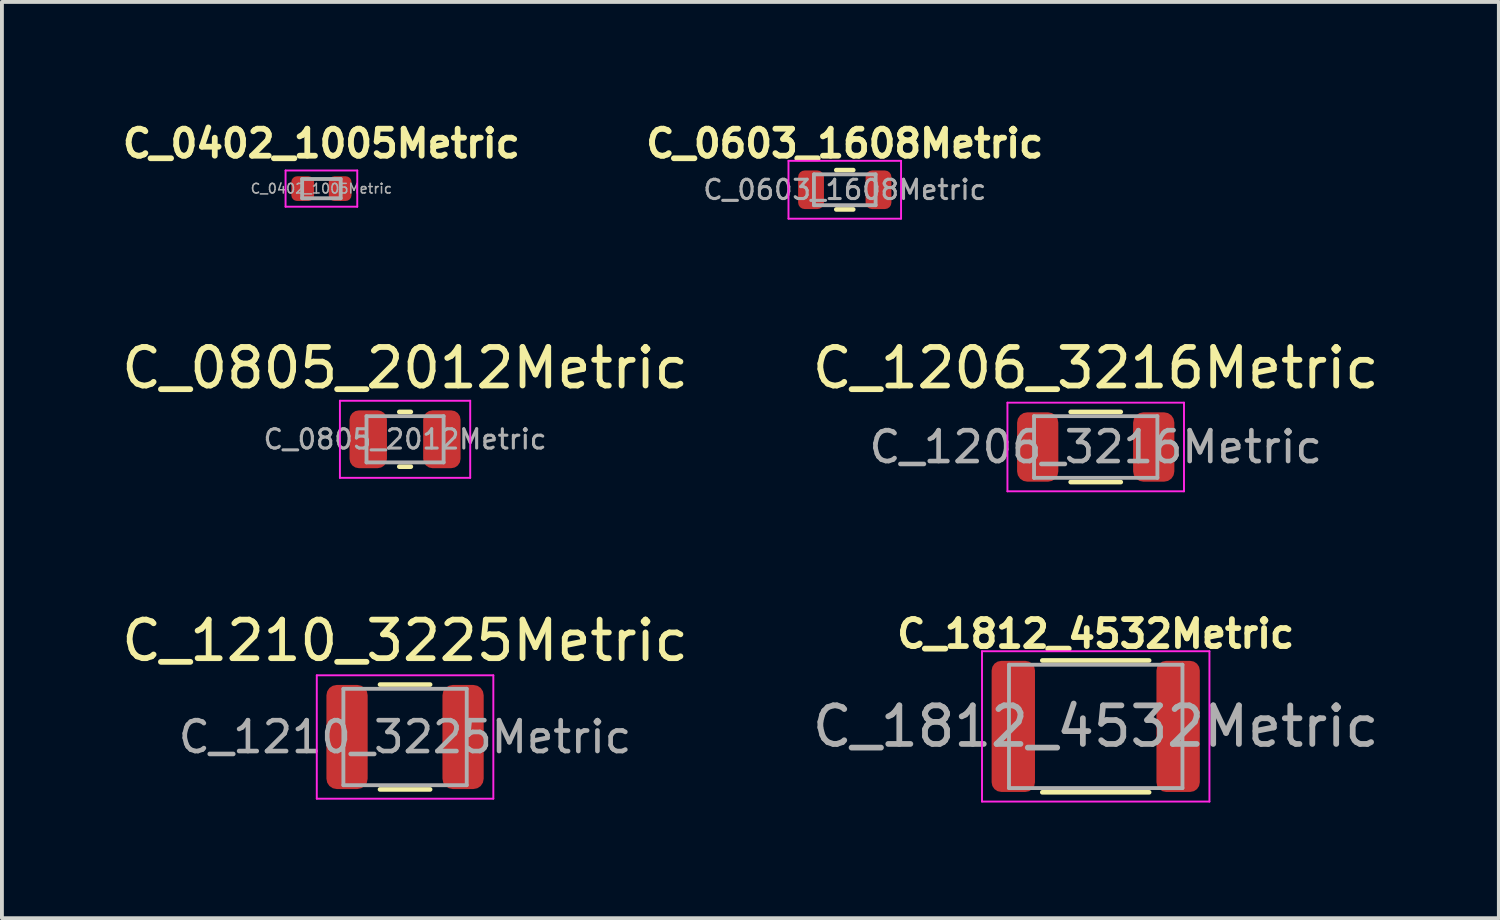
<source format=kicad_pcb>
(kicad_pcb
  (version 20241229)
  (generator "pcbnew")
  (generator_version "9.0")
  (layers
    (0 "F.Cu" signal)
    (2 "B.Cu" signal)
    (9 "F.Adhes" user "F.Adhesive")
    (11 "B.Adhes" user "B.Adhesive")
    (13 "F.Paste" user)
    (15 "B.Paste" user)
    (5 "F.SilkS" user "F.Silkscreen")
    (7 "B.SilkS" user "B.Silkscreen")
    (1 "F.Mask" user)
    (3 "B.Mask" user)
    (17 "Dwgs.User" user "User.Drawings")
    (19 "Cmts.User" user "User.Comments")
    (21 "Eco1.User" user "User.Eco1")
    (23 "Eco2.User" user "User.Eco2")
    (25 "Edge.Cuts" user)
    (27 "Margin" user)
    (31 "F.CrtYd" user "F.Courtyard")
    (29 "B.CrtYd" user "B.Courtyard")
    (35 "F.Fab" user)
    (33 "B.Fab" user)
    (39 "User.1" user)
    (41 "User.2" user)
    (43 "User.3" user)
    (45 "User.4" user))
  (footprint "C_0402_1005Metric"
    (layer "F.Cu")
    (at 5.288 1.843)
    (property "Reference" "C_0402_1005Metric" (at 0 -1.17 0) (layer "F.SilkS") (effects (font (size 0.7 0.7) (thickness 0.15))))
    (attr smd)
    (fp_line (start -0.93 -0.47) (end 0.93 -0.47) (stroke (width 0.05) (type solid)) (layer "F.CrtYd"))
    (fp_line (start -0.93 0.47) (end -0.93 -0.47) (stroke (width 0.05) (type solid)) (layer "F.CrtYd"))
    (fp_line (start 0.93 -0.47) (end 0.93 0.47) (stroke (width 0.05) (type solid)) (layer "F.CrtYd"))
    (fp_line (start 0.93 0.47) (end -0.93 0.47) (stroke (width 0.05) (type solid)) (layer "F.CrtYd"))
    (fp_line (start -0.5 -0.25) (end 0.5 -0.25) (stroke (width 0.1) (type solid)) (layer "F.Fab"))
    (fp_line (start -0.5 0.25) (end -0.5 -0.25) (stroke (width 0.1) (type solid)) (layer "F.Fab"))
    (fp_line (start 0.5 -0.25) (end 0.5 0.25) (stroke (width 0.1) (type solid)) (layer "F.Fab"))
    (fp_line (start 0.5 0.25) (end -0.5 0.25) (stroke (width 0.1) (type solid)) (layer "F.Fab"))
    (fp_text user "${REFERENCE}" (at 0 0 0) (layer "F.Fab") (effects (font (size 0.25 0.25) (thickness 0.04))))
    (pad "1" smd roundrect (at -0.485 0) (size 0.59 0.64) (layers "F.Cu" "F.Mask" "F.Paste") (roundrect_rratio 0.25))
    (pad "2" smd roundrect (at 0.485 0) (size 0.59 0.64) (layers "F.Cu" "F.Mask" "F.Paste") (roundrect_rratio 0.25)))
  (footprint "C_1206_3216Metric"
    (layer "F.Cu")
    (at 25.375 8.546)
    (property "Reference" "C_1206_3216Metric" (at 0 -2.05 0) (layer "F.SilkS") (effects (font (size 1 1) (thickness 0.15))))
    (attr smd)
    (fp_line (start -0.65 -0.91) (end 0.65 -0.91) (stroke (width 0.12) (type solid)) (layer "F.SilkS"))
    (fp_line (start -0.65 0.91) (end 0.65 0.91) (stroke (width 0.12) (type solid)) (layer "F.SilkS"))
    (fp_line (start -2.29 -1.15) (end 2.29 -1.15) (stroke (width 0.05) (type solid)) (layer "F.CrtYd"))
    (fp_line (start -2.29 1.15) (end -2.29 -1.15) (stroke (width 0.05) (type solid)) (layer "F.CrtYd"))
    (fp_line (start 2.29 -1.15) (end 2.29 1.15) (stroke (width 0.05) (type solid)) (layer "F.CrtYd"))
    (fp_line (start 2.29 1.15) (end -2.29 1.15) (stroke (width 0.05) (type solid)) (layer "F.CrtYd"))
    (fp_line (start -1.6 -0.8) (end 1.6 -0.8) (stroke (width 0.1) (type solid)) (layer "F.Fab"))
    (fp_line (start -1.6 0.8) (end -1.6 -0.8) (stroke (width 0.1) (type solid)) (layer "F.Fab"))
    (fp_line (start 1.6 -0.8) (end 1.6 0.8) (stroke (width 0.1) (type solid)) (layer "F.Fab"))
    (fp_line (start 1.6 0.8) (end -1.6 0.8) (stroke (width 0.1) (type solid)) (layer "F.Fab"))
    (fp_text user "${REFERENCE}" (at 0 0 0) (layer "F.Fab") (effects (font (size 0.8 0.8) (thickness 0.12))))
    (pad "1" smd roundrect (at -1.505 0) (size 1.07 1.8) (layers "F.Cu" "F.Mask" "F.Paste") (roundrect_rratio 0.25))
    (pad "2" smd roundrect (at 1.505 0) (size 1.07 1.8) (layers "F.Cu" "F.Mask" "F.Paste") (roundrect_rratio 0.25)))
  (footprint "C_0603_1608Metric"
    (layer "F.Cu")
    (at 18.865 1.873)
    (property "Reference" "C_0603_1608Metric" (at 0 -1.2 0) (layer "F.SilkS") (effects (font (size 0.7 0.7) (thickness 0.15))))
    (attr smd)
    (fp_line (start -0.22 -0.51) (end 0.22 -0.51) (stroke (width 0.12) (type solid)) (layer "F.SilkS"))
    (fp_line (start -0.22 0.51) (end 0.22 0.51) (stroke (width 0.12) (type solid)) (layer "F.SilkS"))
    (fp_line (start -1.46 -0.75) (end 1.46 -0.75) (stroke (width 0.05) (type solid)) (layer "F.CrtYd"))
    (fp_line (start -1.46 0.75) (end -1.46 -0.75) (stroke (width 0.05) (type solid)) (layer "F.CrtYd"))
    (fp_line (start 1.46 -0.75) (end 1.46 0.75) (stroke (width 0.05) (type solid)) (layer "F.CrtYd"))
    (fp_line (start 1.46 0.75) (end -1.46 0.75) (stroke (width 0.05) (type solid)) (layer "F.CrtYd"))
    (fp_line (start -0.8 -0.4) (end 0.8 -0.4) (stroke (width 0.1) (type solid)) (layer "F.Fab"))
    (fp_line (start -0.8 0.4) (end -0.8 -0.4) (stroke (width 0.1) (type solid)) (layer "F.Fab"))
    (fp_line (start 0.8 -0.4) (end 0.8 0.4) (stroke (width 0.1) (type solid)) (layer "F.Fab"))
    (fp_line (start 0.8 0.4) (end -0.8 0.4) (stroke (width 0.1) (type solid)) (layer "F.Fab"))
    (fp_text user "${REFERENCE}" (at 0 0 0) (layer "F.Fab") (effects (font (size 0.5 0.5) (thickness 0.08))))
    (pad "1" smd roundrect (at -0.875 0) (size 0.67 1) (layers "F.Cu" "F.Mask" "F.Paste") (roundrect_rratio 0.25))
    (pad "2" smd roundrect (at 0.875 0) (size 0.67 1) (layers "F.Cu" "F.Mask" "F.Paste") (roundrect_rratio 0.25)))
  (footprint "C_1812_4532Metric"
    (layer "F.Cu")
    (at 25.375 15.794)
    (property "Reference" "C_1812_4532Metric" (at 0 -2.4 0) (layer "F.SilkS") (effects (font (size 0.7 0.7) (thickness 0.15))))
    (attr smd)
    (fp_line (start -1.386 -1.71) (end 1.386 -1.71) (stroke (width 0.12) (type solid)) (layer "F.SilkS"))
    (fp_line (start -1.386 1.71) (end 1.386 1.71) (stroke (width 0.12) (type solid)) (layer "F.SilkS"))
    (fp_line (start -2.95 -1.95) (end 2.95 -1.95) (stroke (width 0.05) (type solid)) (layer "F.CrtYd"))
    (fp_line (start -2.95 1.95) (end -2.95 -1.95) (stroke (width 0.05) (type solid)) (layer "F.CrtYd"))
    (fp_line (start 2.95 -1.95) (end 2.95 1.95) (stroke (width 0.05) (type solid)) (layer "F.CrtYd"))
    (fp_line (start 2.95 1.95) (end -2.95 1.95) (stroke (width 0.05) (type solid)) (layer "F.CrtYd"))
    (fp_line (start -2.25 -1.6) (end 2.25 -1.6) (stroke (width 0.1) (type solid)) (layer "F.Fab"))
    (fp_line (start -2.25 1.6) (end -2.25 -1.6) (stroke (width 0.1) (type solid)) (layer "F.Fab"))
    (fp_line (start 2.25 -1.6) (end 2.25 1.6) (stroke (width 0.1) (type solid)) (layer "F.Fab"))
    (fp_line (start 2.25 1.6) (end -2.25 1.6) (stroke (width 0.1) (type solid)) (layer "F.Fab"))
    (fp_text user "${REFERENCE}" (at 0 0 0) (layer "F.Fab") (effects (font (size 1 1) (thickness 0.15))))
    (pad "1" smd roundrect (at -2.138 0) (size 1.125 3.4) (layers "F.Cu" "F.Mask" "F.Paste") (roundrect_rratio 0.222))
    (pad "2" smd roundrect (at 2.138 0) (size 1.125 3.4) (layers "F.Cu" "F.Mask" "F.Paste") (roundrect_rratio 0.222)))
  (footprint "C_1210_3225Metric"
    (layer "F.Cu")
    (at 7.458 16.069)
    (property "Reference" "C_1210_3225Metric" (at 0 -2.5 0) (layer "F.SilkS") (effects (font (size 1 1) (thickness 0.15))))
    (attr smd)
    (fp_line (start -0.65 -1.36) (end 0.65 -1.36) (stroke (width 0.12) (type solid)) (layer "F.SilkS"))
    (fp_line (start -0.65 1.36) (end 0.65 1.36) (stroke (width 0.12) (type solid)) (layer "F.SilkS"))
    (fp_line (start -2.29 -1.6) (end 2.29 -1.6) (stroke (width 0.05) (type solid)) (layer "F.CrtYd"))
    (fp_line (start -2.29 1.6) (end -2.29 -1.6) (stroke (width 0.05) (type solid)) (layer "F.CrtYd"))
    (fp_line (start 2.29 -1.6) (end 2.29 1.6) (stroke (width 0.05) (type solid)) (layer "F.CrtYd"))
    (fp_line (start 2.29 1.6) (end -2.29 1.6) (stroke (width 0.05) (type solid)) (layer "F.CrtYd"))
    (fp_line (start -1.6 -1.25) (end 1.6 -1.25) (stroke (width 0.1) (type solid)) (layer "F.Fab"))
    (fp_line (start -1.6 1.25) (end -1.6 -1.25) (stroke (width 0.1) (type solid)) (layer "F.Fab"))
    (fp_line (start 1.6 -1.25) (end 1.6 1.25) (stroke (width 0.1) (type solid)) (layer "F.Fab"))
    (fp_line (start 1.6 1.25) (end -1.6 1.25) (stroke (width 0.1) (type solid)) (layer "F.Fab"))
    (fp_text user "${REFERENCE}" (at 0 0 0) (layer "F.Fab") (effects (font (size 0.8 0.8) (thickness 0.12))))
    (pad "1" smd roundrect (at -1.505 0) (size 1.07 2.7) (layers "F.Cu" "F.Mask" "F.Paste") (roundrect_rratio 0.25))
    (pad "2" smd roundrect (at 1.505 0) (size 1.07 2.7) (layers "F.Cu" "F.Mask" "F.Paste") (roundrect_rratio 0.25)))
  (footprint "C_0805_2012Metric"
    (layer "F.Cu")
    (at 7.458 8.346)
    (property "Reference" "C_0805_2012Metric" (at 0 -1.85 0) (layer "F.SilkS") (effects (font (size 1 1) (thickness 0.15))))
    (attr smd)
    (fp_line (start -0.15 -0.71) (end 0.15 -0.71) (stroke (width 0.12) (type solid)) (layer "F.SilkS"))
    (fp_line (start -0.15 0.71) (end 0.15 0.71) (stroke (width 0.12) (type solid)) (layer "F.SilkS"))
    (fp_line (start -1.69 -1) (end 1.69 -1) (stroke (width 0.05) (type solid)) (layer "F.CrtYd"))
    (fp_line (start -1.69 1) (end -1.69 -1) (stroke (width 0.05) (type solid)) (layer "F.CrtYd"))
    (fp_line (start 1.69 -1) (end 1.69 1) (stroke (width 0.05) (type solid)) (layer "F.CrtYd"))
    (fp_line (start 1.69 1) (end -1.69 1) (stroke (width 0.05) (type solid)) (layer "F.CrtYd"))
    (fp_line (start -1 -0.6) (end 1 -0.6) (stroke (width 0.1) (type solid)) (layer "F.Fab"))
    (fp_line (start -1 0.6) (end -1 -0.6) (stroke (width 0.1) (type solid)) (layer "F.Fab"))
    (fp_line (start 1 -0.6) (end 1 0.6) (stroke (width 0.1) (type solid)) (layer "F.Fab"))
    (fp_line (start 1 0.6) (end -1 0.6) (stroke (width 0.1) (type solid)) (layer "F.Fab"))
    (fp_text user "${REFERENCE}" (at 0 0 0) (layer "F.Fab") (effects (font (size 0.5 0.5) (thickness 0.08))))
    (pad "1" smd roundrect (at -0.955 0) (size 0.97 1.5) (layers "F.Cu" "F.Mask" "F.Paste") (roundrect_rratio 0.25))
    (pad "2" smd roundrect (at 0.955 0) (size 0.97 1.5) (layers "F.Cu" "F.Mask" "F.Paste") (roundrect_rratio 0.25)))
  (gr_rect
    (start -3 -3)
    (end 35.833 20.769)
    (stroke (width 0.1) (type default))
    (fill no)
    (layer "Edge.Cuts")))
</source>
